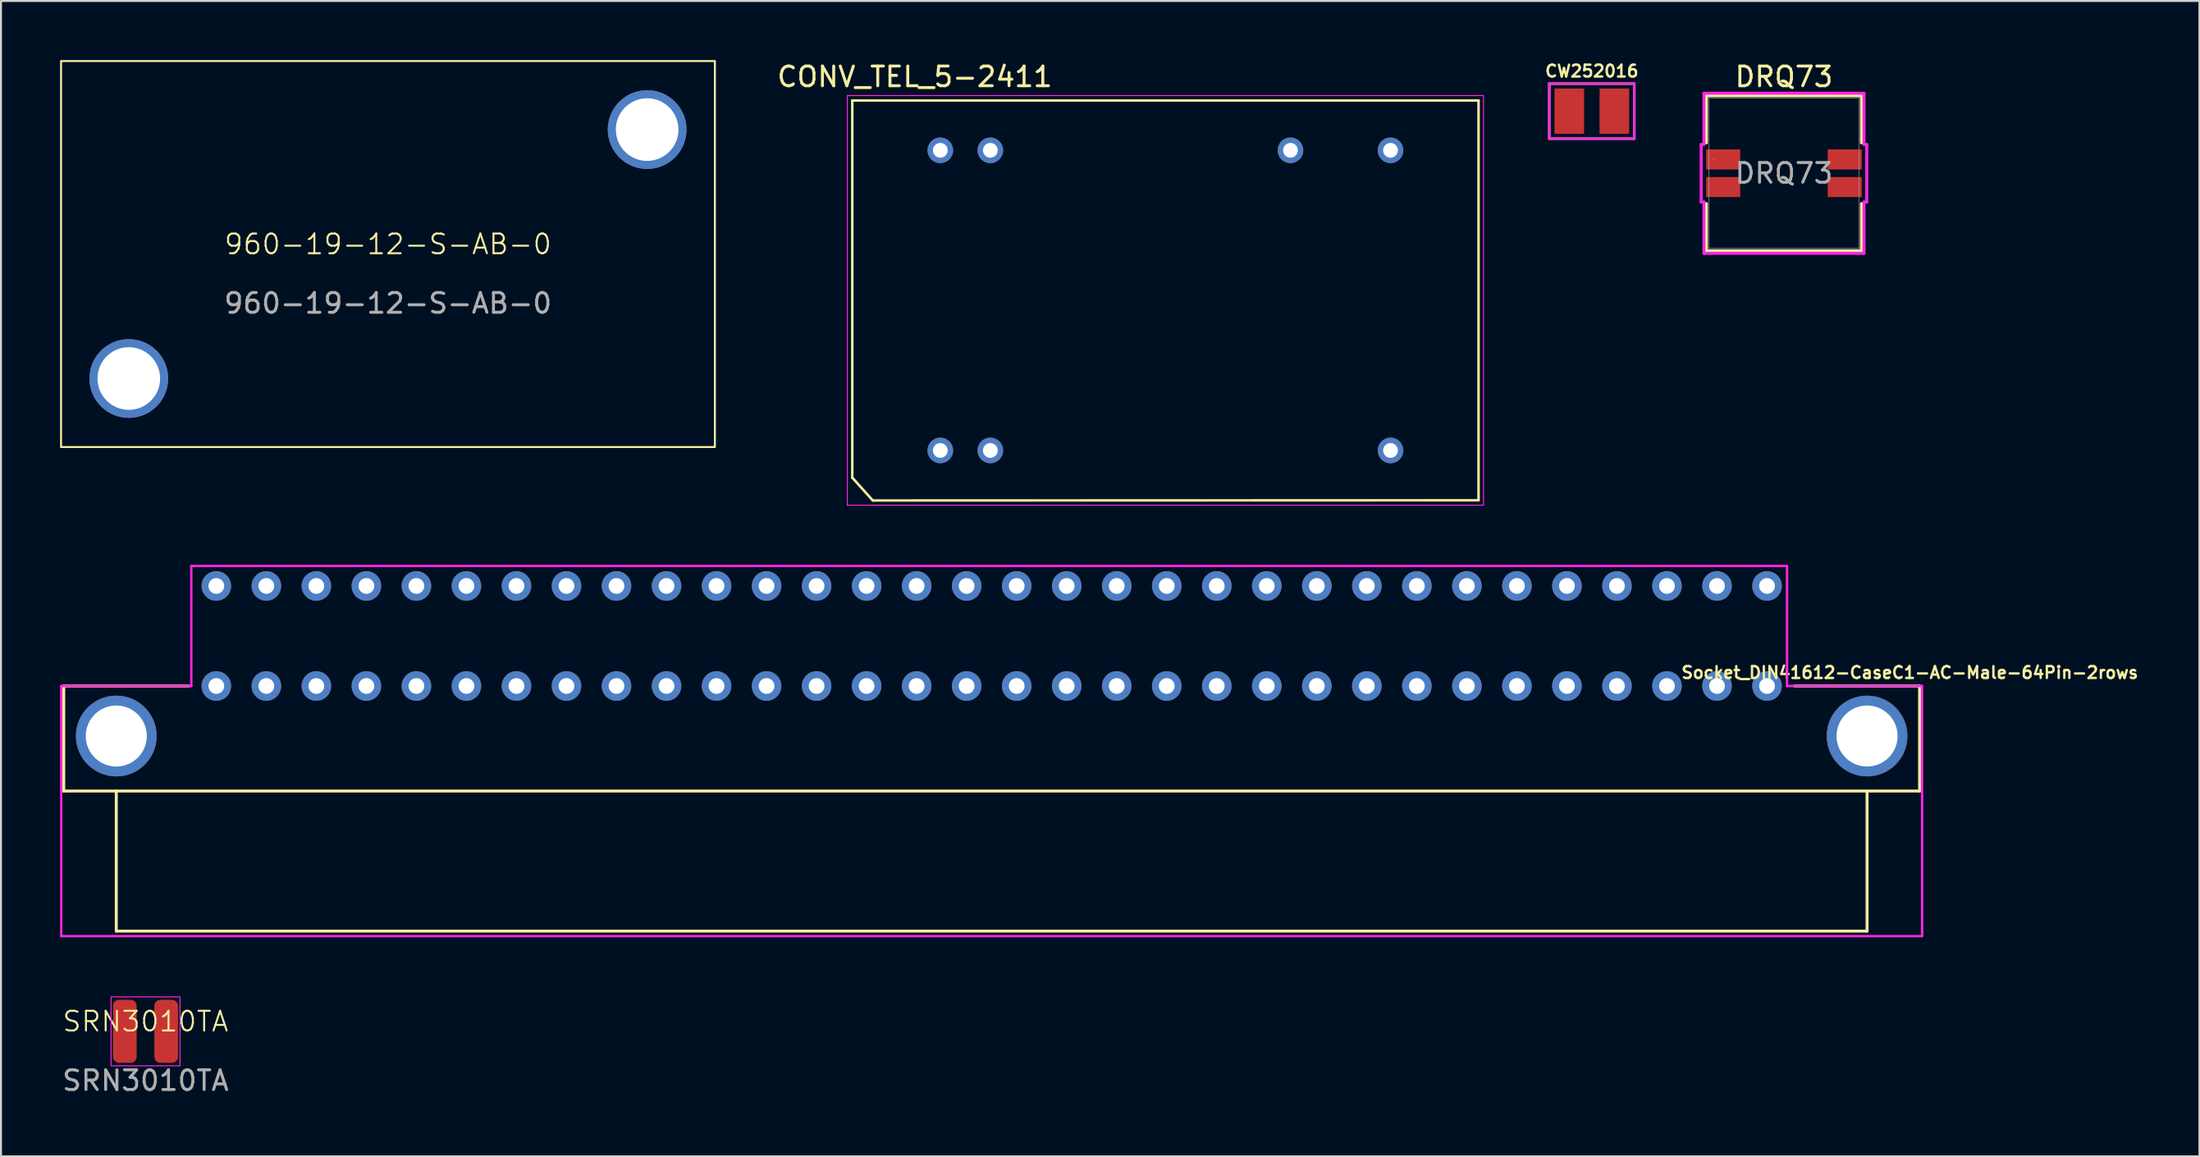
<source format=kicad_pcb>
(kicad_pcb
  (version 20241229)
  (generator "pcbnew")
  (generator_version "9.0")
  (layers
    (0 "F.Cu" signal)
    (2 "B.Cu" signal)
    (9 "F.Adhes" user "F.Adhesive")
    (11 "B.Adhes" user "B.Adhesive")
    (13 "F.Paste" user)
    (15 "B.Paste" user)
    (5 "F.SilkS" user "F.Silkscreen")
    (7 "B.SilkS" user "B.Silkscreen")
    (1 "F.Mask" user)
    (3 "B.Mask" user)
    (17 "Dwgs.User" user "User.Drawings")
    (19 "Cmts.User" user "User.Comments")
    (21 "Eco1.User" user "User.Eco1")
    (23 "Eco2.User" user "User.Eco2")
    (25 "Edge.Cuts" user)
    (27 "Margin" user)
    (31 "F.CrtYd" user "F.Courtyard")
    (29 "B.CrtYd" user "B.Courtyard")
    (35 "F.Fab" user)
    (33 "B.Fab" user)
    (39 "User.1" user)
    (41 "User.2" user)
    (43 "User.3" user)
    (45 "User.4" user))
  (footprint "DRQ73"
    (layer "F.Cu")
    (at 87.534 5.748)
    (property "Reference" "DRQ73" (at 0 -4.9 0) (unlocked yes) (layer "F.SilkS") (effects (font (size 1 1) (thickness 0.15))))
    (attr smd)
    (fp_line (start -3.937 -3.937) (end -3.937 -1.541) (stroke (width 0.152) (type solid)) (layer "F.SilkS"))
    (fp_line (start -3.937 1.541) (end -3.937 3.937) (stroke (width 0.152) (type solid)) (layer "F.SilkS"))
    (fp_line (start -3.937 3.937) (end 3.937 3.937) (stroke (width 0.152) (type solid)) (layer "F.SilkS"))
    (fp_line (start 3.937 -3.937) (end -3.937 -3.937) (stroke (width 0.152) (type solid)) (layer "F.SilkS"))
    (fp_line (start 3.937 -1.541) (end 3.937 -3.937) (stroke (width 0.152) (type solid)) (layer "F.SilkS"))
    (fp_line (start 3.937 3.937) (end 3.937 1.541) (stroke (width 0.152) (type solid)) (layer "F.SilkS"))
    (fp_line (start -4.203 -1.462) (end -4.064 -1.462) (stroke (width 0.152) (type solid)) (layer "F.CrtYd"))
    (fp_line (start -4.203 1.462) (end -4.203 -1.462) (stroke (width 0.152) (type solid)) (layer "F.CrtYd"))
    (fp_line (start -4.203 1.462) (end -4.064 1.462) (stroke (width 0.152) (type solid)) (layer "F.CrtYd"))
    (fp_line (start -4.064 -4.064) (end 4.064 -4.064) (stroke (width 0.152) (type solid)) (layer "F.CrtYd"))
    (fp_line (start -4.064 -1.462) (end -4.064 -4.064) (stroke (width 0.152) (type solid)) (layer "F.CrtYd"))
    (fp_line (start -4.064 4.064) (end -4.064 1.462) (stroke (width 0.152) (type solid)) (layer "F.CrtYd"))
    (fp_line (start 4.064 -4.064) (end 4.064 -1.462) (stroke (width 0.152) (type solid)) (layer "F.CrtYd"))
    (fp_line (start 4.064 1.462) (end 4.064 4.064) (stroke (width 0.152) (type solid)) (layer "F.CrtYd"))
    (fp_line (start 4.064 4.064) (end -4.064 4.064) (stroke (width 0.152) (type solid)) (layer "F.CrtYd"))
    (fp_line (start 4.203 -1.462) (end 4.064 -1.462) (stroke (width 0.152) (type solid)) (layer "F.CrtYd"))
    (fp_line (start 4.203 -1.462) (end 4.203 1.462) (stroke (width 0.152) (type solid)) (layer "F.CrtYd"))
    (fp_line (start 4.203 1.462) (end 4.064 1.462) (stroke (width 0.152) (type solid)) (layer "F.CrtYd"))
    (fp_line (start -3.81 -3.81) (end -3.81 3.81) (stroke (width 0.025) (type solid)) (layer "F.Fab"))
    (fp_line (start -3.81 3.81) (end 3.81 3.81) (stroke (width 0.025) (type solid)) (layer "F.Fab"))
    (fp_line (start 3.81 -3.81) (end -3.81 -3.81) (stroke (width 0.025) (type solid)) (layer "F.Fab"))
    (fp_line (start 3.81 3.81) (end 3.81 -3.81) (stroke (width 0.025) (type solid)) (layer "F.Fab"))
    (fp_circle (center -3.556 -0.7) (end -3.556 -0.7) (stroke (width 0.025) (type solid)) (fill no) (layer "F.Fab"))
    (fp_text user "${REFERENCE}" (at 0 0 0) (unlocked yes) (layer "F.Fab") (effects (font (size 1 1) (thickness 0.15))))
    (pad "1" smd rect (at -3.085 -0.7) (size 1.727 1.016) (layers "F.Cu" "F.Mask" "F.Paste"))
    (pad "2" smd rect (at -3.085 0.7) (size 1.727 1.016) (layers "F.Cu" "F.Mask" "F.Paste"))
    (pad "3" smd rect (at 3.085 0.7) (size 1.727 1.016) (layers "F.Cu" "F.Mask" "F.Paste"))
    (pad "4" smd rect (at 3.085 -0.7) (size 1.727 1.016) (layers "F.Cu" "F.Mask" "F.Paste")))
  (footprint "SRN3010TA"
    (layer "F.Cu")
    (at 4.339 49.319)
    (property "Reference" "SRN3010TA" (at 0 -0.5 0) (unlocked yes) (layer "F.SilkS") (effects (font (size 1 1) (thickness 0.1))))
    (attr smd)
    (fp_rect (start -1.75 -1.75) (end 1.75 1.75) (stroke (width 0.05) (type default)) (fill no) (layer "F.CrtYd"))
    (fp_text user "${REFERENCE}" (at 0 2.5 0) (unlocked yes) (layer "F.Fab") (effects (font (size 1 1) (thickness 0.15))))
    (pad "1" smd roundrect (at -1.05 0) (size 1.2 3.2) (layers "F.Cu" "F.Mask" "F.Paste") (roundrect_rratio 0.25))
    (pad "2" smd roundrect (at 1.05 0) (size 1.2 3.2) (layers "F.Cu" "F.Mask" "F.Paste") (roundrect_rratio 0.25)))
  (footprint "CONV_TEL_5-2411"
    (layer "F.Cu")
    (at 56.126 12.203)
    (property "Reference" "CONV_TEL_5-2411" (at -12.725 -11.355 0) (layer "F.SilkS") (effects (font (size 1 1) (thickness 0.15))))
    (attr through_hole)
    (fp_line (start -15.9 -10.15) (end 15.9 -10.15) (stroke (width 0.127) (type solid)) (layer "F.SilkS"))
    (fp_line (start -15.9 9) (end -15.9 -10.15) (stroke (width 0.127) (type solid)) (layer "F.SilkS"))
    (fp_line (start -15.9 9) (end -14.859 10.16) (stroke (width 0.127) (type default)) (layer "F.SilkS"))
    (fp_line (start 15.9 -10.15) (end 15.9 10.15) (stroke (width 0.127) (type solid)) (layer "F.SilkS"))
    (fp_line (start 15.9 10.15) (end -14.859 10.16) (stroke (width 0.127) (type solid)) (layer "F.SilkS"))
    (fp_line (start -16.15 -10.4) (end -16.15 10.4) (stroke (width 0.05) (type solid)) (layer "F.CrtYd"))
    (fp_line (start -16.15 10.4) (end 16.15 10.4) (stroke (width 0.05) (type solid)) (layer "F.CrtYd"))
    (fp_line (start 16.15 -10.4) (end -16.15 -10.4) (stroke (width 0.05) (type solid)) (layer "F.CrtYd"))
    (fp_line (start 16.15 10.4) (end 16.15 -10.4) (stroke (width 0.05) (type solid)) (layer "F.CrtYd"))
    (pad "2" thru_hole circle (at -11.43 7.62) (size 1.3 1.3) (drill 0.75) (layers "*.Cu" "*.Mask"))
    (pad "3" thru_hole circle (at -8.89 7.62) (size 1.3 1.3) (drill 0.75) (layers "*.Cu" "*.Mask"))
    (pad "11" thru_hole circle (at 11.43 7.62) (size 1.3 1.3) (drill 0.75) (layers "*.Cu" "*.Mask"))
    (pad "14" thru_hole circle (at 11.43 -7.62) (size 1.3 1.3) (drill 0.75) (layers "*.Cu" "*.Mask"))
    (pad "16" thru_hole circle (at 6.35 -7.62) (size 1.3 1.3) (drill 0.75) (layers "*.Cu" "*.Mask"))
    (pad "22" thru_hole circle (at -8.89 -7.62) (size 1.3 1.3) (drill 0.75) (layers "*.Cu" "*.Mask"))
    (pad "23" thru_hole circle (at -11.43 -7.62) (size 1.3 1.3) (drill 0.75) (layers "*.Cu" "*.Mask")))
  (footprint "960-19-12-S-AB-0"
    (layer "F.Cu")
    (at 16.65 9.85)
    (property "Reference" "960-19-12-S-AB-0" (at 0 -0.5 0) (unlocked yes) (layer "F.SilkS") (effects (font (size 1 1) (thickness 0.1))))
    (attr through_hole)
    (fp_rect (start -16.6 -9.8) (end 16.6 9.8) (stroke (width 0.1) (type default)) (fill no) (layer "F.SilkS"))
    (fp_text user "${REFERENCE}" (at 0 2.5 0) (unlocked yes) (layer "F.Fab") (effects (font (size 1 1) (thickness 0.15))))
    (pad "" thru_hole circle (at -13.16 6.32) (size 4 4) (drill 3.18) (layers "*.Cu" "*.Mask"))
    (pad "" thru_hole circle (at 13.16 -6.32) (size 4 4) (drill 3.18) (layers "*.Cu" "*.Mask")))
  (footprint "CW252016"
    (layer "F.Cu")
    (at 77.778 2.594)
    (property "Reference" "CW252016" (at 0 -2.032 0) (layer "F.SilkS") (effects (font (size 0.6 0.6) (thickness 0.12))))
    (attr smd)
    (fp_line (start -2.159 -1.397) (end 2.159 -1.397) (stroke (width 0.12) (type solid)) (layer "F.SilkS"))
    (fp_line (start -2.159 1.397) (end -2.159 -1.397) (stroke (width 0.12) (type solid)) (layer "F.SilkS"))
    (fp_line (start 2.159 -1.397) (end 2.159 1.397) (stroke (width 0.12) (type solid)) (layer "F.SilkS"))
    (fp_line (start 2.159 1.397) (end -2.159 1.397) (stroke (width 0.12) (type solid)) (layer "F.SilkS"))
    (fp_line (start -2.159 -1.397) (end 2.159 -1.397) (stroke (width 0.12) (type solid)) (layer "F.CrtYd"))
    (fp_line (start -2.159 1.397) (end -2.159 -1.397) (stroke (width 0.12) (type solid)) (layer "F.CrtYd"))
    (fp_line (start 2.159 -1.397) (end 2.159 1.397) (stroke (width 0.12) (type solid)) (layer "F.CrtYd"))
    (fp_line (start 2.159 1.397) (end -2.159 1.397) (stroke (width 0.12) (type solid)) (layer "F.CrtYd"))
    (pad "1" smd rect (at -1.143 0) (size 1.5 2.3) (layers "F.Cu" "F.Mask" "F.Paste"))
    (pad "2" smd rect (at 1.143 0) (size 1.5 2.3) (layers "F.Cu" "F.Mask" "F.Paste")))
  (footprint "Socket_DIN41612-CaseC1-AC-Male-64Pin-2rows"
    (layer "F.Cu")
    (at 47.304 29.244)
    (property "Reference" "Socket_DIN41612-CaseC1-AC-Male-64Pin-2rows" (at 46.622 1.859 0) (layer "F.SilkS") (effects (font (size 0.6 0.6) (thickness 0.12))))
    (attr through_hole)
    (fp_line (start -47.117 2.54) (end -40.767 2.54) (stroke (width 0.15) (type solid)) (layer "F.SilkS"))
    (fp_line (start -47.117 7.874) (end -47.117 2.54) (stroke (width 0.15) (type solid)) (layer "F.SilkS"))
    (fp_line (start -44.45 14.986) (end -44.45 7.874) (stroke (width 0.15) (type solid)) (layer "F.SilkS"))
    (fp_line (start 44.45 7.874) (end 44.45 14.986) (stroke (width 0.15) (type solid)) (layer "F.SilkS"))
    (fp_line (start 44.45 14.986) (end -44.45 14.986) (stroke (width 0.15) (type solid)) (layer "F.SilkS"))
    (fp_line (start 47.117 2.54) (end 40.767 2.54) (stroke (width 0.15) (type solid)) (layer "F.SilkS"))
    (fp_line (start 47.117 2.54) (end 47.117 7.874) (stroke (width 0.15) (type solid)) (layer "F.SilkS"))
    (fp_line (start 47.117 7.874) (end -47.117 7.874) (stroke (width 0.15) (type solid)) (layer "F.SilkS"))
    (fp_line (start -47.244 2.54) (end -40.64 2.54) (stroke (width 0.12) (type solid)) (layer "F.CrtYd"))
    (fp_line (start -47.244 15.24) (end -47.244 2.54) (stroke (width 0.12) (type solid)) (layer "F.CrtYd"))
    (fp_line (start -40.64 -3.556) (end 40.386 -3.556) (stroke (width 0.12) (type solid)) (layer "F.CrtYd"))
    (fp_line (start -40.64 2.54) (end -40.64 -3.556) (stroke (width 0.12) (type solid)) (layer "F.CrtYd"))
    (fp_line (start 40.386 -3.556) (end 40.386 2.54) (stroke (width 0.12) (type solid)) (layer "F.CrtYd"))
    (fp_line (start 40.386 2.54) (end 47.244 2.54) (stroke (width 0.12) (type solid)) (layer "F.CrtYd"))
    (fp_line (start 47.244 2.54) (end 47.244 15.24) (stroke (width 0.12) (type solid)) (layer "F.CrtYd"))
    (fp_line (start 47.244 15.24) (end -47.244 15.24) (stroke (width 0.12) (type solid)) (layer "F.CrtYd"))
    (pad "" thru_hole circle (at -44.45 5.08) (size 4.1 4.1) (drill 3.1) (layers "*.Cu" "*.Mask"))
    (pad "" thru_hole circle (at 44.45 5.08) (size 4.1 4.1) (drill 3.1) (layers "*.Cu" "*.Mask"))
    (pad "a1" thru_hole circle (at 39.37 -2.54 180) (size 1.501 1.501) (drill 0.8) (layers "*.Cu" "*.Mask"))
    (pad "a2" thru_hole circle (at 36.83 -2.54 180) (size 1.501 1.501) (drill 0.8) (layers "*.Cu" "*.Mask"))
    (pad "a3" thru_hole circle (at 34.29 -2.54 180) (size 1.501 1.501) (drill 0.8) (layers "*.Cu" "*.Mask"))
    (pad "a4" thru_hole circle (at 31.75 -2.54 180) (size 1.501 1.501) (drill 0.8) (layers "*.Cu" "*.Mask"))
    (pad "a5" thru_hole circle (at 29.21 -2.54 180) (size 1.501 1.501) (drill 0.8) (layers "*.Cu" "*.Mask"))
    (pad "a6" thru_hole circle (at 26.67 -2.54 180) (size 1.501 1.501) (drill 0.8) (layers "*.Cu" "*.Mask"))
    (pad "a7" thru_hole circle (at 24.13 -2.54 180) (size 1.501 1.501) (drill 0.8) (layers "*.Cu" "*.Mask"))
    (pad "a8" thru_hole circle (at 21.59 -2.54 180) (size 1.501 1.501) (drill 0.8) (layers "*.Cu" "*.Mask"))
    (pad "a9" thru_hole circle (at 19.05 -2.54 180) (size 1.501 1.501) (drill 0.8) (layers "*.Cu" "*.Mask"))
    (pad "a10" thru_hole circle (at 16.51 -2.54 180) (size 1.501 1.501) (drill 0.8) (layers "*.Cu" "*.Mask"))
    (pad "a11" thru_hole circle (at 13.97 -2.54 180) (size 1.501 1.501) (drill 0.8) (layers "*.Cu" "*.Mask"))
    (pad "a12" thru_hole circle (at 11.43 -2.54 180) (size 1.501 1.501) (drill 0.8) (layers "*.Cu" "*.Mask"))
    (pad "a13" thru_hole circle (at 8.89 -2.54 180) (size 1.501 1.501) (drill 0.8) (layers "*.Cu" "*.Mask"))
    (pad "a14" thru_hole circle (at 6.35 -2.54 180) (size 1.501 1.501) (drill 0.8) (layers "*.Cu" "*.Mask"))
    (pad "a15" thru_hole circle (at 3.81 -2.54 180) (size 1.501 1.501) (drill 0.8) (layers "*.Cu" "*.Mask"))
    (pad "a16" thru_hole circle (at 1.27 -2.54 180) (size 1.501 1.501) (drill 0.8) (layers "*.Cu" "*.Mask"))
    (pad "a17" thru_hole circle (at -1.27 -2.54 180) (size 1.501 1.501) (drill 0.8) (layers "*.Cu" "*.Mask"))
    (pad "a18" thru_hole circle (at -3.81 -2.54 180) (size 1.501 1.501) (drill 0.8) (layers "*.Cu" "*.Mask"))
    (pad "a19" thru_hole circle (at -6.35 -2.54 180) (size 1.501 1.501) (drill 0.8) (layers "*.Cu" "*.Mask"))
    (pad "a20" thru_hole circle (at -8.89 -2.54 180) (size 1.501 1.501) (drill 0.8) (layers "*.Cu" "*.Mask"))
    (pad "a21" thru_hole circle (at -11.43 -2.54 180) (size 1.501 1.501) (drill 0.8) (layers "*.Cu" "*.Mask"))
    (pad "a22" thru_hole circle (at -13.97 -2.54 180) (size 1.501 1.501) (drill 0.8) (layers "*.Cu" "*.Mask"))
    (pad "a23" thru_hole circle (at -16.51 -2.54 180) (size 1.501 1.501) (drill 0.8) (layers "*.Cu" "*.Mask"))
    (pad "a24" thru_hole circle (at -19.05 -2.54 180) (size 1.501 1.501) (drill 0.8) (layers "*.Cu" "*.Mask"))
    (pad "a25" thru_hole circle (at -21.59 -2.54 180) (size 1.501 1.501) (drill 0.8) (layers "*.Cu" "*.Mask"))
    (pad "a26" thru_hole circle (at -24.13 -2.54 180) (size 1.501 1.501) (drill 0.8) (layers "*.Cu" "*.Mask"))
    (pad "a27" thru_hole circle (at -26.67 -2.54 180) (size 1.501 1.501) (drill 0.8) (layers "*.Cu" "*.Mask"))
    (pad "a28" thru_hole circle (at -29.21 -2.54 180) (size 1.501 1.501) (drill 0.8) (layers "*.Cu" "*.Mask"))
    (pad "a29" thru_hole circle (at -31.75 -2.54 180) (size 1.501 1.501) (drill 0.8) (layers "*.Cu" "*.Mask"))
    (pad "a30" thru_hole circle (at -34.29 -2.54 180) (size 1.501 1.501) (drill 0.8) (layers "*.Cu" "*.Mask"))
    (pad "a31" thru_hole circle (at -36.83 -2.54 180) (size 1.501 1.501) (drill 0.8) (layers "*.Cu" "*.Mask"))
    (pad "a32" thru_hole circle (at -39.37 -2.54 180) (size 1.501 1.501) (drill 0.8) (layers "*.Cu" "*.Mask"))
    (pad "c1" thru_hole circle (at 39.37 2.54 180) (size 1.501 1.501) (drill 0.8) (layers "*.Cu" "*.Mask"))
    (pad "c2" thru_hole circle (at 36.83 2.54 180) (size 1.501 1.501) (drill 0.8) (layers "*.Cu" "*.Mask"))
    (pad "c3" thru_hole circle (at 34.29 2.54 180) (size 1.501 1.501) (drill 0.8) (layers "*.Cu" "*.Mask"))
    (pad "c4" thru_hole circle (at 31.75 2.54 180) (size 1.501 1.501) (drill 0.8) (layers "*.Cu" "*.Mask"))
    (pad "c5" thru_hole circle (at 29.21 2.54 180) (size 1.501 1.501) (drill 0.8) (layers "*.Cu" "*.Mask"))
    (pad "c6" thru_hole circle (at 26.67 2.54 180) (size 1.501 1.501) (drill 0.8) (layers "*.Cu" "*.Mask"))
    (pad "c7" thru_hole circle (at 24.13 2.54 180) (size 1.501 1.501) (drill 0.8) (layers "*.Cu" "*.Mask"))
    (pad "c8" thru_hole circle (at 21.59 2.54 180) (size 1.501 1.501) (drill 0.8) (layers "*.Cu" "*.Mask"))
    (pad "c9" thru_hole circle (at 19.05 2.54 180) (size 1.501 1.501) (drill 0.8) (layers "*.Cu" "*.Mask"))
    (pad "c10" thru_hole circle (at 16.51 2.54 180) (size 1.501 1.501) (drill 0.8) (layers "*.Cu" "*.Mask"))
    (pad "c11" thru_hole circle (at 13.97 2.54 180) (size 1.501 1.501) (drill 0.8) (layers "*.Cu" "*.Mask"))
    (pad "c12" thru_hole circle (at 11.43 2.54 180) (size 1.501 1.501) (drill 0.8) (layers "*.Cu" "*.Mask"))
    (pad "c13" thru_hole circle (at 8.89 2.54 180) (size 1.501 1.501) (drill 0.8) (layers "*.Cu" "*.Mask"))
    (pad "c14" thru_hole circle (at 6.35 2.54 180) (size 1.501 1.501) (drill 0.8) (layers "*.Cu" "*.Mask"))
    (pad "c15" thru_hole circle (at 3.81 2.54 180) (size 1.501 1.501) (drill 0.8) (layers "*.Cu" "*.Mask"))
    (pad "c16" thru_hole circle (at 1.27 2.54 180) (size 1.501 1.501) (drill 0.8) (layers "*.Cu" "*.Mask"))
    (pad "c17" thru_hole circle (at -1.27 2.54 180) (size 1.501 1.501) (drill 0.8) (layers "*.Cu" "*.Mask"))
    (pad "c18" thru_hole circle (at -3.81 2.54 180) (size 1.501 1.501) (drill 0.8) (layers "*.Cu" "*.Mask"))
    (pad "c19" thru_hole circle (at -6.35 2.54 180) (size 1.501 1.501) (drill 0.8) (layers "*.Cu" "*.Mask"))
    (pad "c20" thru_hole circle (at -8.89 2.54 180) (size 1.501 1.501) (drill 0.8) (layers "*.Cu" "*.Mask"))
    (pad "c21" thru_hole circle (at -11.43 2.54 180) (size 1.501 1.501) (drill 0.8) (layers "*.Cu" "*.Mask"))
    (pad "c22" thru_hole circle (at -13.97 2.54 180) (size 1.501 1.501) (drill 0.8) (layers "*.Cu" "*.Mask"))
    (pad "c23" thru_hole circle (at -16.51 2.54 180) (size 1.501 1.501) (drill 0.8) (layers "*.Cu" "*.Mask"))
    (pad "c24" thru_hole circle (at -19.05 2.54 180) (size 1.501 1.501) (drill 0.8) (layers "*.Cu" "*.Mask"))
    (pad "c25" thru_hole circle (at -21.59 2.54 180) (size 1.501 1.501) (drill 0.8) (layers "*.Cu" "*.Mask"))
    (pad "c26" thru_hole circle (at -24.13 2.54 180) (size 1.501 1.501) (drill 0.8) (layers "*.Cu" "*.Mask"))
    (pad "c27" thru_hole circle (at -26.67 2.54 180) (size 1.501 1.501) (drill 0.8) (layers "*.Cu" "*.Mask"))
    (pad "c28" thru_hole circle (at -29.21 2.54 180) (size 1.501 1.501) (drill 0.8) (layers "*.Cu" "*.Mask"))
    (pad "c29" thru_hole circle (at -31.75 2.54 180) (size 1.501 1.501) (drill 0.8) (layers "*.Cu" "*.Mask"))
    (pad "c30" thru_hole circle (at -34.29 2.54 180) (size 1.501 1.501) (drill 0.8) (layers "*.Cu" "*.Mask"))
    (pad "c31" thru_hole circle (at -36.83 2.54 180) (size 1.501 1.501) (drill 0.8) (layers "*.Cu" "*.Mask"))
    (pad "c32" thru_hole circle (at -39.37 2.54 180) (size 1.501 1.501) (drill 0.8) (layers "*.Cu" "*.Mask")))
  (gr_rect
    (start -3 -3)
    (end 108.632 55.667)
    (stroke (width 0.1) (type default))
    (fill no)
    (layer "Edge.Cuts")))
</source>
